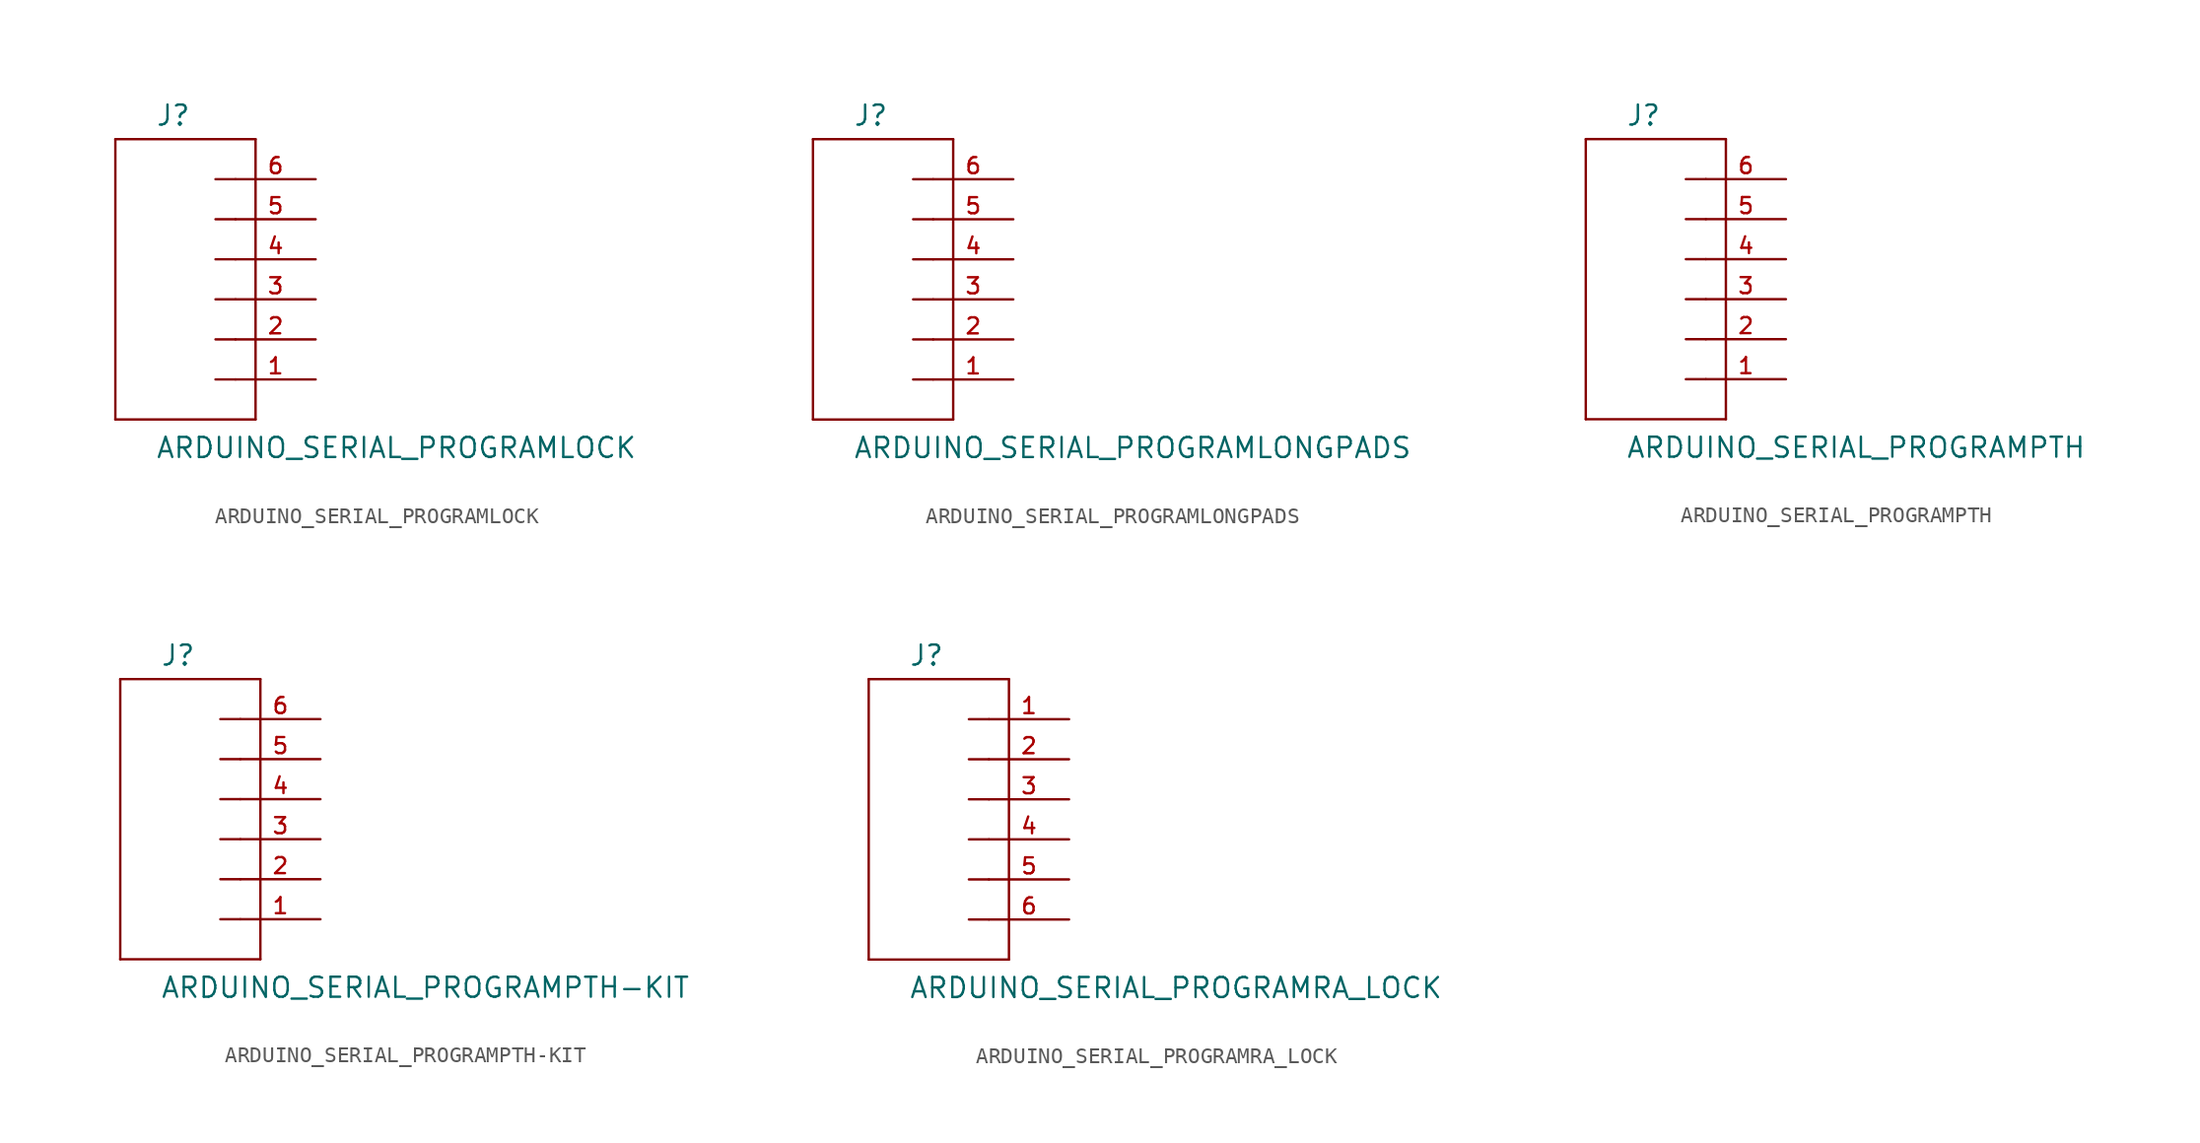
<source format=kicad_sym>
(kicad_symbol_lib
  (version 20211014)
  (generator kicad_symbol_editor)
  (symbol "ARDUINO_SERIAL_PROGRAMLOCK"
    (pin_names
      (offset 1.016) hide)
    (property "Reference" "J"
      (at -5.08 10.922 0)
      (effects (font (size 1.27 1.27)) (justify left bottom)))
    (property "Value" "ARDUINO_SERIAL_PROGRAMLOCK"
      (at -5.08 -10.16 0)
      (effects (font (size 1.27 1.27)) (justify left bottom)))
    (property "Datasheet" ""
      (at 0 0 0)
      (effects (font (size 1.524 1.524))))
    (property "ki_locked" ""
      (at 0 0 0)
      (effects (font (size 1.27 1.27))))
    (symbol "ARDUINO_SERIAL_PROGRAMLOCK_1_0"
      (polyline (pts (xy -7.62 10.16) (xy -7.62 -7.62)) (stroke (width 0) (type default) (color 0 0 0 0)) (fill (type none)))
      (polyline (pts (xy -7.62 10.16) (xy 1.27 10.16)) (stroke (width 0) (type default) (color 0 0 0 0)) (fill (type none)))
      (polyline (pts (xy -1.27 -5.08) (xy 0 -5.08)) (stroke (width 0) (type default) (color 0 0 0 0)) (fill (type none)))
      (polyline (pts (xy -1.27 -2.54) (xy 0 -2.54)) (stroke (width 0) (type default) (color 0 0 0 0)) (fill (type none)))
      (polyline (pts (xy -1.27 0) (xy 0 0)) (stroke (width 0) (type default) (color 0 0 0 0)) (fill (type none)))
      (polyline (pts (xy -1.27 2.54) (xy 0 2.54)) (stroke (width 0) (type default) (color 0 0 0 0)) (fill (type none)))
      (polyline (pts (xy -1.27 5.08) (xy 0 5.08)) (stroke (width 0) (type default) (color 0 0 0 0)) (fill (type none)))
      (polyline (pts (xy -1.27 7.62) (xy 0 7.62)) (stroke (width 0) (type default) (color 0 0 0 0)) (fill (type none)))
      (polyline (pts (xy 1.27 -7.62) (xy -7.62 -7.62)) (stroke (width 0) (type default) (color 0 0 0 0)) (fill (type none)))
      (polyline (pts (xy 1.27 -7.62) (xy 1.27 10.16)) (stroke (width 0) (type default) (color 0 0 0 0)) (fill (type none))))
    (symbol "ARDUINO_SERIAL_PROGRAMLOCK_1_1"
      (pin passive line (at 5.08 -5.08 180) (length 5.08) (name "DTR" (effects (font (size 1.016 1.016)))) (number "1" (effects (font (size 1.016 1.016)))))
      (pin passive line (at 5.08 -2.54 180) (length 5.08) (name "RXI" (effects (font (size 1.016 1.016)))) (number "2" (effects (font (size 1.016 1.016)))))
      (pin passive line (at 5.08 0 180) (length 5.08) (name "TXO" (effects (font (size 1.016 1.016)))) (number "3" (effects (font (size 1.016 1.016)))))
      (pin passive line (at 5.08 2.54 180) (length 5.08) (name "VCC" (effects (font (size 1.016 1.016)))) (number "4" (effects (font (size 1.016 1.016)))))
      (pin passive line (at 5.08 5.08 180) (length 5.08) (name "CTS" (effects (font (size 1.016 1.016)))) (number "5" (effects (font (size 1.016 1.016)))))
      (pin passive line (at 5.08 7.62 180) (length 5.08) (name "GND" (effects (font (size 1.016 1.016)))) (number "6" (effects (font (size 1.016 1.016)))))))
  (symbol "ARDUINO_SERIAL_PROGRAMLONGPADS"
    (pin_names
      (offset 1.016) hide)
    (property "Reference" "J"
      (at -5.08 10.922 0)
      (effects (font (size 1.27 1.27)) (justify left bottom)))
    (property "Value" "ARDUINO_SERIAL_PROGRAMLONGPADS"
      (at -5.08 -10.16 0)
      (effects (font (size 1.27 1.27)) (justify left bottom)))
    (property "Datasheet" ""
      (at 0 0 0)
      (effects (font (size 1.524 1.524))))
    (property "ki_locked" ""
      (at 0 0 0)
      (effects (font (size 1.27 1.27))))
    (symbol "ARDUINO_SERIAL_PROGRAMLONGPADS_1_0"
      (polyline (pts (xy -7.62 10.16) (xy -7.62 -7.62)) (stroke (width 0) (type default) (color 0 0 0 0)) (fill (type none)))
      (polyline (pts (xy -7.62 10.16) (xy 1.27 10.16)) (stroke (width 0) (type default) (color 0 0 0 0)) (fill (type none)))
      (polyline (pts (xy -1.27 -5.08) (xy 0 -5.08)) (stroke (width 0) (type default) (color 0 0 0 0)) (fill (type none)))
      (polyline (pts (xy -1.27 -2.54) (xy 0 -2.54)) (stroke (width 0) (type default) (color 0 0 0 0)) (fill (type none)))
      (polyline (pts (xy -1.27 0) (xy 0 0)) (stroke (width 0) (type default) (color 0 0 0 0)) (fill (type none)))
      (polyline (pts (xy -1.27 2.54) (xy 0 2.54)) (stroke (width 0) (type default) (color 0 0 0 0)) (fill (type none)))
      (polyline (pts (xy -1.27 5.08) (xy 0 5.08)) (stroke (width 0) (type default) (color 0 0 0 0)) (fill (type none)))
      (polyline (pts (xy -1.27 7.62) (xy 0 7.62)) (stroke (width 0) (type default) (color 0 0 0 0)) (fill (type none)))
      (polyline (pts (xy 1.27 -7.62) (xy -7.62 -7.62)) (stroke (width 0) (type default) (color 0 0 0 0)) (fill (type none)))
      (polyline (pts (xy 1.27 -7.62) (xy 1.27 10.16)) (stroke (width 0) (type default) (color 0 0 0 0)) (fill (type none))))
    (symbol "ARDUINO_SERIAL_PROGRAMLONGPADS_1_1"
      (pin passive line (at 5.08 -5.08 180) (length 5.08) (name "DTR" (effects (font (size 1.016 1.016)))) (number "1" (effects (font (size 1.016 1.016)))))
      (pin passive line (at 5.08 -2.54 180) (length 5.08) (name "RXI" (effects (font (size 1.016 1.016)))) (number "2" (effects (font (size 1.016 1.016)))))
      (pin passive line (at 5.08 0 180) (length 5.08) (name "TXO" (effects (font (size 1.016 1.016)))) (number "3" (effects (font (size 1.016 1.016)))))
      (pin passive line (at 5.08 2.54 180) (length 5.08) (name "VCC" (effects (font (size 1.016 1.016)))) (number "4" (effects (font (size 1.016 1.016)))))
      (pin passive line (at 5.08 5.08 180) (length 5.08) (name "CTS" (effects (font (size 1.016 1.016)))) (number "5" (effects (font (size 1.016 1.016)))))
      (pin passive line (at 5.08 7.62 180) (length 5.08) (name "GND" (effects (font (size 1.016 1.016)))) (number "6" (effects (font (size 1.016 1.016)))))))
  (symbol "ARDUINO_SERIAL_PROGRAMPTH"
    (pin_names
      (offset 1.016) hide)
    (property "Reference" "J"
      (at -5.08 10.922 0)
      (effects (font (size 1.27 1.27)) (justify left bottom)))
    (property "Value" "ARDUINO_SERIAL_PROGRAMPTH"
      (at -5.08 -10.16 0)
      (effects (font (size 1.27 1.27)) (justify left bottom)))
    (property "Datasheet" ""
      (at 0 0 0)
      (effects (font (size 1.524 1.524))))
    (property "ki_locked" ""
      (at 0 0 0)
      (effects (font (size 1.27 1.27))))
    (symbol "ARDUINO_SERIAL_PROGRAMPTH_1_0"
      (polyline (pts (xy -7.62 10.16) (xy -7.62 -7.62)) (stroke (width 0) (type default) (color 0 0 0 0)) (fill (type none)))
      (polyline (pts (xy -7.62 10.16) (xy 1.27 10.16)) (stroke (width 0) (type default) (color 0 0 0 0)) (fill (type none)))
      (polyline (pts (xy -1.27 -5.08) (xy 0 -5.08)) (stroke (width 0) (type default) (color 0 0 0 0)) (fill (type none)))
      (polyline (pts (xy -1.27 -2.54) (xy 0 -2.54)) (stroke (width 0) (type default) (color 0 0 0 0)) (fill (type none)))
      (polyline (pts (xy -1.27 0) (xy 0 0)) (stroke (width 0) (type default) (color 0 0 0 0)) (fill (type none)))
      (polyline (pts (xy -1.27 2.54) (xy 0 2.54)) (stroke (width 0) (type default) (color 0 0 0 0)) (fill (type none)))
      (polyline (pts (xy -1.27 5.08) (xy 0 5.08)) (stroke (width 0) (type default) (color 0 0 0 0)) (fill (type none)))
      (polyline (pts (xy -1.27 7.62) (xy 0 7.62)) (stroke (width 0) (type default) (color 0 0 0 0)) (fill (type none)))
      (polyline (pts (xy 1.27 -7.62) (xy -7.62 -7.62)) (stroke (width 0) (type default) (color 0 0 0 0)) (fill (type none)))
      (polyline (pts (xy 1.27 -7.62) (xy 1.27 10.16)) (stroke (width 0) (type default) (color 0 0 0 0)) (fill (type none))))
    (symbol "ARDUINO_SERIAL_PROGRAMPTH_1_1"
      (pin passive line (at 5.08 -5.08 180) (length 5.08) (name "DTR" (effects (font (size 1.016 1.016)))) (number "1" (effects (font (size 1.016 1.016)))))
      (pin passive line (at 5.08 -2.54 180) (length 5.08) (name "RXI" (effects (font (size 1.016 1.016)))) (number "2" (effects (font (size 1.016 1.016)))))
      (pin passive line (at 5.08 0 180) (length 5.08) (name "TXO" (effects (font (size 1.016 1.016)))) (number "3" (effects (font (size 1.016 1.016)))))
      (pin passive line (at 5.08 2.54 180) (length 5.08) (name "VCC" (effects (font (size 1.016 1.016)))) (number "4" (effects (font (size 1.016 1.016)))))
      (pin passive line (at 5.08 5.08 180) (length 5.08) (name "CTS" (effects (font (size 1.016 1.016)))) (number "5" (effects (font (size 1.016 1.016)))))
      (pin passive line (at 5.08 7.62 180) (length 5.08) (name "GND" (effects (font (size 1.016 1.016)))) (number "6" (effects (font (size 1.016 1.016)))))))
  (symbol "ARDUINO_SERIAL_PROGRAMPTH-KIT"
    (pin_names
      (offset 1.016) hide)
    (property "Reference" "J"
      (at -5.08 10.922 0)
      (effects (font (size 1.27 1.27)) (justify left bottom)))
    (property "Value" "ARDUINO_SERIAL_PROGRAMPTH-KIT"
      (at -5.08 -10.16 0)
      (effects (font (size 1.27 1.27)) (justify left bottom)))
    (property "Datasheet" ""
      (at 0 0 0)
      (effects (font (size 1.524 1.524))))
    (property "ki_locked" ""
      (at 0 0 0)
      (effects (font (size 1.27 1.27))))
    (symbol "ARDUINO_SERIAL_PROGRAMPTH-KIT_1_0"
      (polyline (pts (xy -7.62 10.16) (xy -7.62 -7.62)) (stroke (width 0) (type default) (color 0 0 0 0)) (fill (type none)))
      (polyline (pts (xy -7.62 10.16) (xy 1.27 10.16)) (stroke (width 0) (type default) (color 0 0 0 0)) (fill (type none)))
      (polyline (pts (xy -1.27 -5.08) (xy 0 -5.08)) (stroke (width 0) (type default) (color 0 0 0 0)) (fill (type none)))
      (polyline (pts (xy -1.27 -2.54) (xy 0 -2.54)) (stroke (width 0) (type default) (color 0 0 0 0)) (fill (type none)))
      (polyline (pts (xy -1.27 0) (xy 0 0)) (stroke (width 0) (type default) (color 0 0 0 0)) (fill (type none)))
      (polyline (pts (xy -1.27 2.54) (xy 0 2.54)) (stroke (width 0) (type default) (color 0 0 0 0)) (fill (type none)))
      (polyline (pts (xy -1.27 5.08) (xy 0 5.08)) (stroke (width 0) (type default) (color 0 0 0 0)) (fill (type none)))
      (polyline (pts (xy -1.27 7.62) (xy 0 7.62)) (stroke (width 0) (type default) (color 0 0 0 0)) (fill (type none)))
      (polyline (pts (xy 1.27 -7.62) (xy -7.62 -7.62)) (stroke (width 0) (type default) (color 0 0 0 0)) (fill (type none)))
      (polyline (pts (xy 1.27 -7.62) (xy 1.27 10.16)) (stroke (width 0) (type default) (color 0 0 0 0)) (fill (type none))))
    (symbol "ARDUINO_SERIAL_PROGRAMPTH-KIT_1_1"
      (pin passive line (at 5.08 -5.08 180) (length 5.08) (name "DTR" (effects (font (size 1.016 1.016)))) (number "1" (effects (font (size 1.016 1.016)))))
      (pin passive line (at 5.08 -2.54 180) (length 5.08) (name "RXI" (effects (font (size 1.016 1.016)))) (number "2" (effects (font (size 1.016 1.016)))))
      (pin passive line (at 5.08 0 180) (length 5.08) (name "TXO" (effects (font (size 1.016 1.016)))) (number "3" (effects (font (size 1.016 1.016)))))
      (pin passive line (at 5.08 2.54 180) (length 5.08) (name "VCC" (effects (font (size 1.016 1.016)))) (number "4" (effects (font (size 1.016 1.016)))))
      (pin passive line (at 5.08 5.08 180) (length 5.08) (name "CTS" (effects (font (size 1.016 1.016)))) (number "5" (effects (font (size 1.016 1.016)))))
      (pin passive line (at 5.08 7.62 180) (length 5.08) (name "GND" (effects (font (size 1.016 1.016)))) (number "6" (effects (font (size 1.016 1.016)))))))
  (symbol "ARDUINO_SERIAL_PROGRAMRA_LOCK"
    (pin_names
      (offset 1.016) hide)
    (property "Reference" "J"
      (at -5.08 10.922 0)
      (effects (font (size 1.27 1.27)) (justify left bottom)))
    (property "Value" "ARDUINO_SERIAL_PROGRAMRA_LOCK"
      (at -5.08 -10.16 0)
      (effects (font (size 1.27 1.27)) (justify left bottom)))
    (property "Datasheet" ""
      (at 0 0 0)
      (effects (font (size 1.524 1.524))))
    (property "ki_locked" ""
      (at 0 0 0)
      (effects (font (size 1.27 1.27))))
    (symbol "ARDUINO_SERIAL_PROGRAMRA_LOCK_1_0"
      (polyline (pts (xy -7.62 10.16) (xy -7.62 -7.62)) (stroke (width 0) (type default) (color 0 0 0 0)) (fill (type none)))
      (polyline (pts (xy -7.62 10.16) (xy 1.27 10.16)) (stroke (width 0) (type default) (color 0 0 0 0)) (fill (type none)))
      (polyline (pts (xy -1.27 -5.08) (xy 0 -5.08)) (stroke (width 0) (type default) (color 0 0 0 0)) (fill (type none)))
      (polyline (pts (xy -1.27 -2.54) (xy 0 -2.54)) (stroke (width 0) (type default) (color 0 0 0 0)) (fill (type none)))
      (polyline (pts (xy -1.27 0) (xy 0 0)) (stroke (width 0) (type default) (color 0 0 0 0)) (fill (type none)))
      (polyline (pts (xy -1.27 2.54) (xy 0 2.54)) (stroke (width 0) (type default) (color 0 0 0 0)) (fill (type none)))
      (polyline (pts (xy -1.27 5.08) (xy 0 5.08)) (stroke (width 0) (type default) (color 0 0 0 0)) (fill (type none)))
      (polyline (pts (xy -1.27 7.62) (xy 0 7.62)) (stroke (width 0) (type default) (color 0 0 0 0)) (fill (type none)))
      (polyline (pts (xy 1.27 -7.62) (xy -7.62 -7.62)) (stroke (width 0) (type default) (color 0 0 0 0)) (fill (type none)))
      (polyline (pts (xy 1.27 -7.62) (xy 1.27 10.16)) (stroke (width 0) (type default) (color 0 0 0 0)) (fill (type none))))
    (symbol "ARDUINO_SERIAL_PROGRAMRA_LOCK_1_1"
      (pin passive line (at 5.08 7.62 180) (length 5.08) (name "GND" (effects (font (size 1.016 1.016)))) (number "1" (effects (font (size 1.016 1.016)))))
      (pin passive line (at 5.08 5.08 180) (length 5.08) (name "CTS" (effects (font (size 1.016 1.016)))) (number "2" (effects (font (size 1.016 1.016)))))
      (pin passive line (at 5.08 2.54 180) (length 5.08) (name "VCC" (effects (font (size 1.016 1.016)))) (number "3" (effects (font (size 1.016 1.016)))))
      (pin passive line (at 5.08 0 180) (length 5.08) (name "TXO" (effects (font (size 1.016 1.016)))) (number "4" (effects (font (size 1.016 1.016)))))
      (pin passive line (at 5.08 -2.54 180) (length 5.08) (name "RXI" (effects (font (size 1.016 1.016)))) (number "5" (effects (font (size 1.016 1.016)))))
      (pin passive line (at 5.08 -5.08 180) (length 5.08) (name "DTR" (effects (font (size 1.016 1.016)))) (number "6" (effects (font (size 1.016 1.016))))))))
</source>
